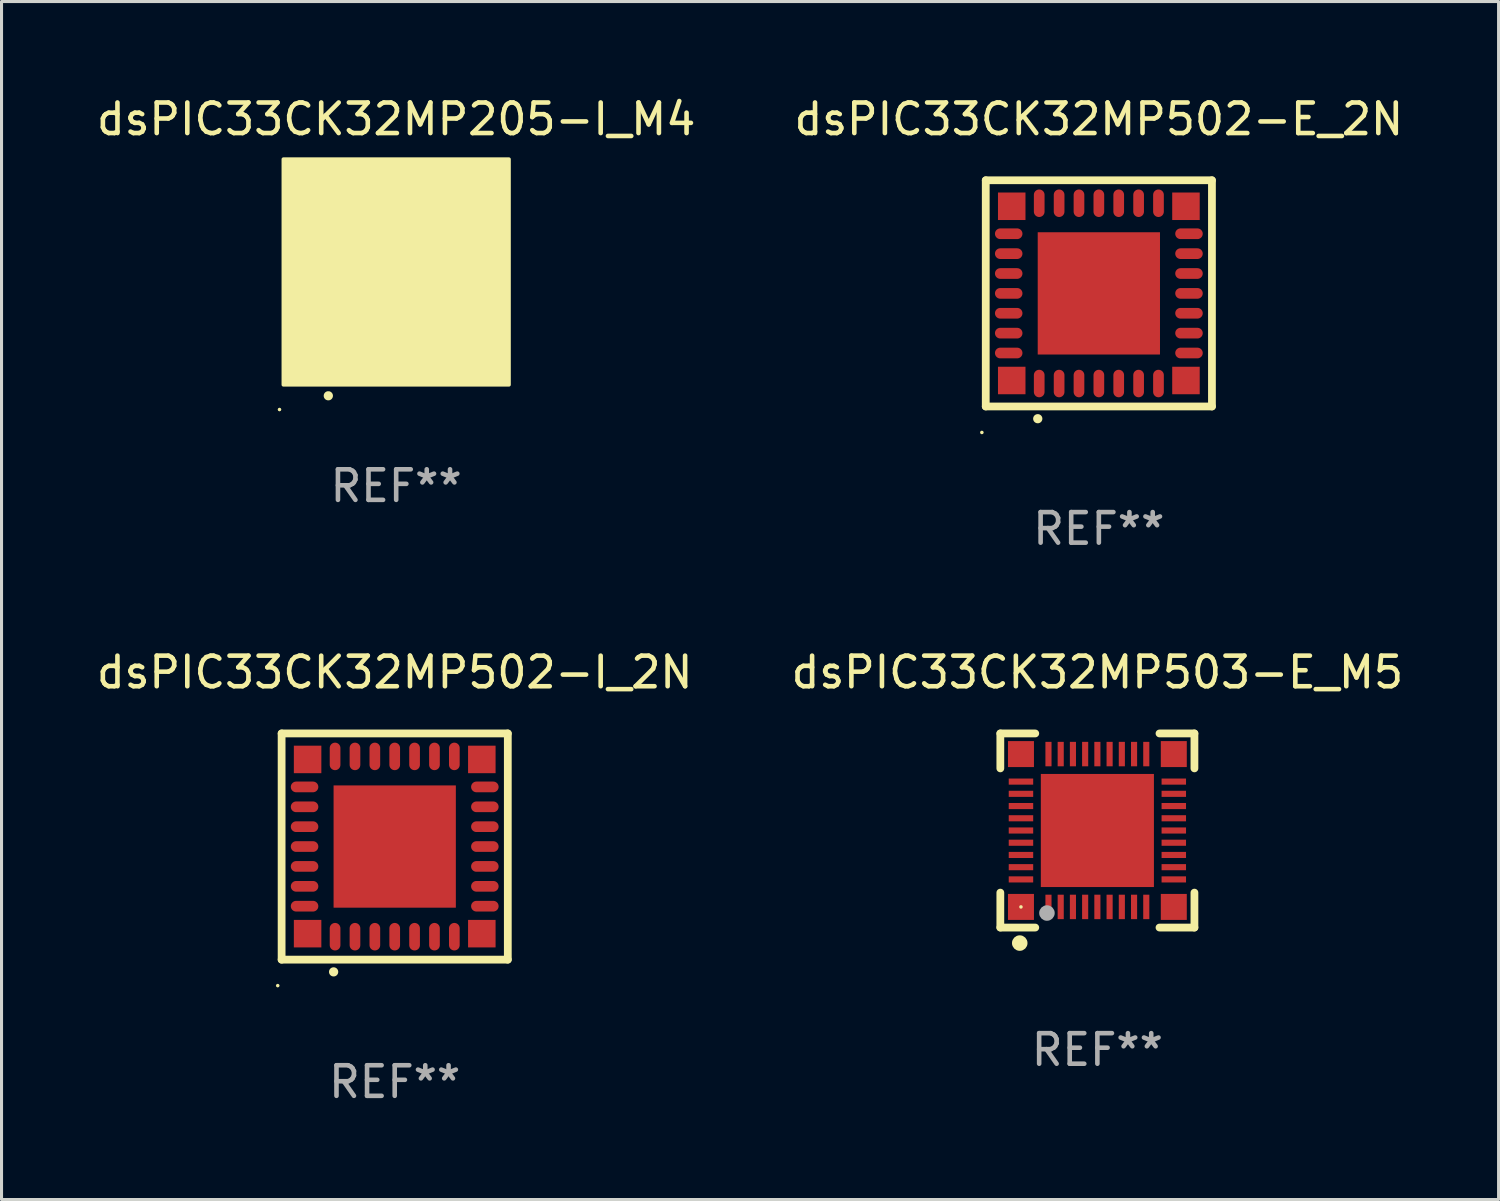
<source format=kicad_pcb>
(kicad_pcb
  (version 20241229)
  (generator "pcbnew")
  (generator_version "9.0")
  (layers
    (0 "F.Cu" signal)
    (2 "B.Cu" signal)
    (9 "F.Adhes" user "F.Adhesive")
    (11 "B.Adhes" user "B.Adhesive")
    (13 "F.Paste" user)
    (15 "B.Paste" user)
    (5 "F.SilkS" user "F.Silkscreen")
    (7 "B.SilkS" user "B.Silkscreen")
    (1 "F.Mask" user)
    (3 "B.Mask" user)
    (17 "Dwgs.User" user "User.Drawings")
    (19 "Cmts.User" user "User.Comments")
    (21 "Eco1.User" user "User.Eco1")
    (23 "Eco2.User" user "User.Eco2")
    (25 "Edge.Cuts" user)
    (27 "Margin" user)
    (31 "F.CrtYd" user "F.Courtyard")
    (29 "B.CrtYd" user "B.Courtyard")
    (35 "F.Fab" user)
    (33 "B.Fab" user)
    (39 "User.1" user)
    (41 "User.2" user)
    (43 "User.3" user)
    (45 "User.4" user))
  (footprint "dsPIC33CK32MP503-E_M5"
    (layer "F.Cu")
    (at 32.851 24.12)
    (property "Reference" "dsPIC33CK32MP503-E_M5" (at 0 -5.175 0) (layer "F.SilkS") (effects (font (size 1 1) (thickness 0.15))))
    (attr through_hole)
    (fp_line (start -3.175 -3.175) (end -2.032 -3.175) (stroke (width 0.254) (type solid)) (layer "F.SilkS"))
    (fp_line (start -3.175 -2.032) (end -3.175 -3.175) (stroke (width 0.254) (type solid)) (layer "F.SilkS"))
    (fp_line (start -3.175 3.175) (end -3.175 2.032) (stroke (width 0.254) (type solid)) (layer "F.SilkS"))
    (fp_line (start -2.032 3.175) (end -3.175 3.175) (stroke (width 0.254) (type solid)) (layer "F.SilkS"))
    (fp_line (start 2.032 -3.175) (end 3.175 -3.175) (stroke (width 0.254) (type solid)) (layer "F.SilkS"))
    (fp_line (start 3.175 -3.175) (end 3.175 -2.032) (stroke (width 0.254) (type solid)) (layer "F.SilkS"))
    (fp_line (start 3.175 2.032) (end 3.175 3.175) (stroke (width 0.254) (type solid)) (layer "F.SilkS"))
    (fp_line (start 3.175 3.175) (end 2.032 3.175) (stroke (width 0.254) (type solid)) (layer "F.SilkS"))
    (fp_circle (center -2.54 3.683) (end -2.413 3.683) (stroke (width 0.254) (type solid)) (fill no) (layer "F.SilkS"))
    (fp_circle (center -2.5 2.5) (end -2.47 2.5) (stroke (width 0.06) (type solid)) (fill no) (layer "F.SilkS"))
    (fp_circle (center -1.65 2.7) (end -1.523 2.7) (stroke (width 0.254) (type solid)) (fill no) (layer "F.Fab"))
    (fp_text user "REF**" (at 0 7.175 0) (layer "F.Fab") (effects (font (size 1 1) (thickness 0.15))))
    (pad "1" smd rect (at -1.6 2.5) (size 0.2 0.8) (layers "F.Cu" "F.Mask" "F.Paste"))
    (pad "2" smd rect (at -1.2 2.5) (size 0.2 0.8) (layers "F.Cu" "F.Mask" "F.Paste"))
    (pad "3" smd rect (at -0.8 2.5) (size 0.2 0.8) (layers "F.Cu" "F.Mask" "F.Paste"))
    (pad "4" smd rect (at -0.4 2.5) (size 0.2 0.8) (layers "F.Cu" "F.Mask" "F.Paste"))
    (pad "5" smd rect (at -0.000051 2.5) (size 0.2 0.8) (layers "F.Cu" "F.Mask" "F.Paste"))
    (pad "6" smd rect (at 0.4 2.5) (size 0.2 0.8) (layers "F.Cu" "F.Mask" "F.Paste"))
    (pad "7" smd rect (at 0.8 2.5) (size 0.2 0.8) (layers "F.Cu" "F.Mask" "F.Paste"))
    (pad "8" smd rect (at 1.2 2.5) (size 0.2 0.8) (layers "F.Cu" "F.Mask" "F.Paste"))
    (pad "9" smd rect (at 1.6 2.5) (size 0.2 0.8) (layers "F.Cu" "F.Mask" "F.Paste"))
    (pad "10" smd rect (at 2.5 1.6 90) (size 0.2 0.8) (layers "F.Cu" "F.Mask" "F.Paste"))
    (pad "11" smd rect (at 2.5 1.2 90) (size 0.2 0.8) (layers "F.Cu" "F.Mask" "F.Paste"))
    (pad "12" smd rect (at 2.5 0.8 90) (size 0.2 0.8) (layers "F.Cu" "F.Mask" "F.Paste"))
    (pad "13" smd rect (at 2.5 0.4 90) (size 0.2 0.8) (layers "F.Cu" "F.Mask" "F.Paste"))
    (pad "14" smd rect (at 2.5 -0.000051 90) (size 0.2 0.8) (layers "F.Cu" "F.Mask" "F.Paste"))
    (pad "15" smd rect (at 2.5 -0.4 90) (size 0.2 0.8) (layers "F.Cu" "F.Mask" "F.Paste"))
    (pad "16" smd rect (at 2.5 -0.8 90) (size 0.2 0.8) (layers "F.Cu" "F.Mask" "F.Paste"))
    (pad "17" smd rect (at 2.5 -1.2 90) (size 0.2 0.8) (layers "F.Cu" "F.Mask" "F.Paste"))
    (pad "18" smd rect (at 2.5 -1.6 90) (size 0.2 0.8) (layers "F.Cu" "F.Mask" "F.Paste"))
    (pad "19" smd rect (at 1.6 -2.5 180) (size 0.2 0.8) (layers "F.Cu" "F.Mask" "F.Paste"))
    (pad "20" smd rect (at 1.2 -2.5 180) (size 0.2 0.8) (layers "F.Cu" "F.Mask" "F.Paste"))
    (pad "21" smd rect (at 0.8 -2.5 180) (size 0.2 0.8) (layers "F.Cu" "F.Mask" "F.Paste"))
    (pad "22" smd rect (at 0.4 -2.5 180) (size 0.2 0.8) (layers "F.Cu" "F.Mask" "F.Paste"))
    (pad "23" smd rect (at -0.000051 -2.5 180) (size 0.2 0.8) (layers "F.Cu" "F.Mask" "F.Paste"))
    (pad "24" smd rect (at -0.4 -2.5 180) (size 0.2 0.8) (layers "F.Cu" "F.Mask" "F.Paste"))
    (pad "25" smd rect (at -0.8 -2.5 180) (size 0.2 0.8) (layers "F.Cu" "F.Mask" "F.Paste"))
    (pad "26" smd rect (at -1.2 -2.5 180) (size 0.2 0.8) (layers "F.Cu" "F.Mask" "F.Paste"))
    (pad "27" smd rect (at -1.6 -2.5 180) (size 0.2 0.8) (layers "F.Cu" "F.Mask" "F.Paste"))
    (pad "28" smd rect (at -2.5 -1.6 270) (size 0.2 0.8) (layers "F.Cu" "F.Mask" "F.Paste"))
    (pad "29" smd rect (at -2.5 -1.2 270) (size 0.2 0.8) (layers "F.Cu" "F.Mask" "F.Paste"))
    (pad "30" smd rect (at -2.5 -0.8 270) (size 0.2 0.8) (layers "F.Cu" "F.Mask" "F.Paste"))
    (pad "31" smd rect (at -2.5 -0.4 270) (size 0.2 0.8) (layers "F.Cu" "F.Mask" "F.Paste"))
    (pad "32" smd rect (at -2.5 -0.000051 270) (size 0.2 0.8) (layers "F.Cu" "F.Mask" "F.Paste"))
    (pad "33" smd rect (at -2.5 0.4 270) (size 0.2 0.8) (layers "F.Cu" "F.Mask" "F.Paste"))
    (pad "34" smd rect (at -2.5 0.8 270) (size 0.2 0.8) (layers "F.Cu" "F.Mask" "F.Paste"))
    (pad "35" smd rect (at -2.5 1.2 270) (size 0.2 0.8) (layers "F.Cu" "F.Mask" "F.Paste"))
    (pad "36" smd rect (at -2.5 1.6 270) (size 0.2 0.8) (layers "F.Cu" "F.Mask" "F.Paste"))
    (pad "37" smd rect (at -2.5 -2.5) (size 0.85 0.85) (layers "F.Cu" "F.Mask" "F.Paste"))
    (pad "37" smd rect (at -2.5 2.5) (size 0.85 0.85) (layers "F.Cu" "F.Mask" "F.Paste"))
    (pad "37" smd rect (at -0.000051 -0.000051) (size 3.7 3.7) (layers "F.Cu" "F.Mask" "F.Paste"))
    (pad "37" smd rect (at 2.5 -2.5) (size 0.85 0.85) (layers "F.Cu" "F.Mask" "F.Paste"))
    (pad "37" smd rect (at 2.5 2.5) (size 0.85 0.85) (layers "F.Cu" "F.Mask" "F.Paste")))
  (footprint "dsPIC33CK32MP502-E_2N"
    (layer "F.Cu")
    (at 32.899 6.548)
    (property "Reference" "dsPIC33CK32MP502-E_2N" (at 0 -5.7 0) (layer "F.SilkS") (effects (font (size 1 1) (thickness 0.15))))
    (attr through_hole)
    (fp_line (start -3.7 -3.7) (end 3.7 -3.7) (stroke (width 0.254) (type solid)) (layer "F.SilkS"))
    (fp_line (start -3.7 3.7) (end -3.7 -3.7) (stroke (width 0.254) (type solid)) (layer "F.SilkS"))
    (fp_line (start 3.7 -3.7) (end 3.7 3.7) (stroke (width 0.254) (type solid)) (layer "F.SilkS"))
    (fp_line (start 3.7 3.7) (end -3.7 3.7) (stroke (width 0.254) (type solid)) (layer "F.SilkS"))
    (fp_arc (start -2 4.1) (mid -1.99873 4.099995) (end -1.99746 4.1) (stroke (width 0.3) (type solid)) (layer "F.SilkS"))
    (fp_circle (center -3.827 4.55) (end -3.797 4.55) (stroke (width 0.06) (type solid)) (fill no) (layer "F.SilkS"))
    (fp_text user "REF**" (at 0 7.7 0) (layer "F.Fab") (effects (font (size 1 1) (thickness 0.15))))
    (pad "1" smd oval (at -1.951 2.949 180) (size 0.35 0.9) (layers "F.Cu" "F.Mask" "F.Paste"))
    (pad "2" smd oval (at -1.3 2.949 180) (size 0.35 0.9) (layers "F.Cu" "F.Mask" "F.Paste"))
    (pad "3" smd oval (at -0.65 2.949 180) (size 0.35 0.9) (layers "F.Cu" "F.Mask" "F.Paste"))
    (pad "4" smd oval (at 0.000051 2.949 180) (size 0.35 0.9) (layers "F.Cu" "F.Mask" "F.Paste"))
    (pad "5" smd oval (at 0.65 2.949 180) (size 0.35 0.9) (layers "F.Cu" "F.Mask" "F.Paste"))
    (pad "6" smd oval (at 1.301 2.949 180) (size 0.35 0.9) (layers "F.Cu" "F.Mask" "F.Paste"))
    (pad "7" smd oval (at 1.951 2.949 180) (size 0.35 0.9) (layers "F.Cu" "F.Mask" "F.Paste"))
    (pad "8" smd oval (at 2.949 1.951 90) (size 0.35 0.9) (layers "F.Cu" "F.Mask" "F.Paste"))
    (pad "9" smd oval (at 2.949 1.301 90) (size 0.35 0.9) (layers "F.Cu" "F.Mask" "F.Paste"))
    (pad "10" smd oval (at 2.949 0.65 90) (size 0.35 0.9) (layers "F.Cu" "F.Mask" "F.Paste"))
    (pad "11" smd oval (at 2.949 0.000051 90) (size 0.35 0.9) (layers "F.Cu" "F.Mask" "F.Paste"))
    (pad "12" smd oval (at 2.949 -0.65 90) (size 0.35 0.9) (layers "F.Cu" "F.Mask" "F.Paste"))
    (pad "13" smd oval (at 2.949 -1.3 90) (size 0.35 0.9) (layers "F.Cu" "F.Mask" "F.Paste"))
    (pad "14" smd oval (at 2.949 -1.951 90) (size 0.35 0.9) (layers "F.Cu" "F.Mask" "F.Paste"))
    (pad "15" smd oval (at 1.951 -2.949 180) (size 0.35 0.9) (layers "F.Cu" "F.Mask" "F.Paste"))
    (pad "16" smd oval (at 1.301 -2.949 180) (size 0.35 0.9) (layers "F.Cu" "F.Mask" "F.Paste"))
    (pad "17" smd oval (at 0.65 -2.949 180) (size 0.35 0.9) (layers "F.Cu" "F.Mask" "F.Paste"))
    (pad "18" smd oval (at 0.000051 -2.949 180) (size 0.35 0.9) (layers "F.Cu" "F.Mask" "F.Paste"))
    (pad "19" smd oval (at -0.65 -2.949 180) (size 0.35 0.9) (layers "F.Cu" "F.Mask" "F.Paste"))
    (pad "20" smd oval (at -1.3 -2.949 180) (size 0.35 0.9) (layers "F.Cu" "F.Mask" "F.Paste"))
    (pad "21" smd oval (at -1.951 -2.949 180) (size 0.35 0.9) (layers "F.Cu" "F.Mask" "F.Paste"))
    (pad "22" smd oval (at -2.949 -1.951 90) (size 0.35 0.9) (layers "F.Cu" "F.Mask" "F.Paste"))
    (pad "23" smd oval (at -2.949 -1.3 90) (size 0.35 0.9) (layers "F.Cu" "F.Mask" "F.Paste"))
    (pad "24" smd oval (at -2.949 -0.65 90) (size 0.35 0.9) (layers "F.Cu" "F.Mask" "F.Paste"))
    (pad "25" smd oval (at -2.949 0.000051 90) (size 0.35 0.9) (layers "F.Cu" "F.Mask" "F.Paste"))
    (pad "26" smd oval (at -2.949 0.65 90) (size 0.35 0.9) (layers "F.Cu" "F.Mask" "F.Paste"))
    (pad "27" smd oval (at -2.949 1.301 90) (size 0.35 0.9) (layers "F.Cu" "F.Mask" "F.Paste"))
    (pad "28" smd oval (at -2.949 1.951 90) (size 0.35 0.9) (layers "F.Cu" "F.Mask" "F.Paste"))
    (pad "29" smd rect (at -2.85 -2.85 90) (size 0.9 0.9) (layers "F.Cu" "F.Mask" "F.Paste"))
    (pad "29" smd rect (at -2.85 2.85 90) (size 0.9 0.9) (layers "F.Cu" "F.Mask" "F.Paste"))
    (pad "29" smd rect (at 0.000051 0.000051 90) (size 4 4) (layers "F.Cu" "F.Mask" "F.Paste"))
    (pad "29" smd rect (at 2.85 -2.85 90) (size 0.9 0.9) (layers "F.Cu" "F.Mask" "F.Paste"))
    (pad "29" smd rect (at 2.85 2.85 90) (size 0.9 0.9) (layers "F.Cu" "F.Mask" "F.Paste")))
  (footprint "dsPIC33CK32MP205-I_M4"
    (layer "F.Cu")
    (at 9.911 5.848)
    (property "Reference" "dsPIC33CK32MP205-I_M4" (at 0 -5 0) (layer "F.SilkS") (effects (font (size 1 1) (thickness 0.15))))
    (attr through_hole)
    (fp_arc (start -2.221158 4.050013) (mid -2.219888 4.050008) (end -2.218618 4.050013) (stroke (width 0.3) (type solid)) (layer "F.SilkS"))
    (fp_circle (center -3.817 4.5) (end -3.787 4.5) (stroke (width 0.06) (type solid)) (fill no) (layer "F.SilkS"))
    (fp_poly (pts (xy -3.69 -3.69) (xy 3.69 -3.69) (xy 3.69 3.69) (xy -3.69 3.69)) (stroke (width 0.12) (type solid)) (fill yes) (layer "F.SilkS"))
    (fp_text user "REF**" (at 0 7 0) (layer "F.Fab") (effects (font (size 1 1) (thickness 0.15))))
    (pad "1" smd oval (at -2.201 3) (size 0.2 0.95) (layers "F.Cu" "F.Mask" "F.Paste"))
    (pad "2" smd oval (at -1.8 3) (size 0.2 0.95) (layers "F.Cu" "F.Mask" "F.Paste"))
    (pad "3" smd oval (at -1.401 3) (size 0.2 0.95) (layers "F.Cu" "F.Mask" "F.Paste"))
    (pad "4" smd oval (at -0.999 3) (size 0.2 0.95) (layers "F.Cu" "F.Mask" "F.Paste"))
    (pad "5" smd oval (at -0.601 3) (size 0.2 0.95) (layers "F.Cu" "F.Mask" "F.Paste"))
    (pad "6" smd oval (at -0.199 3) (size 0.2 0.95) (layers "F.Cu" "F.Mask" "F.Paste"))
    (pad "7" smd oval (at 0.199 3) (size 0.2 0.95) (layers "F.Cu" "F.Mask" "F.Paste"))
    (pad "8" smd oval (at 0.601 3) (size 0.2 0.95) (layers "F.Cu" "F.Mask" "F.Paste"))
    (pad "9" smd oval (at 0.999 3) (size 0.2 0.95) (layers "F.Cu" "F.Mask" "F.Paste"))
    (pad "10" smd oval (at 1.401 3) (size 0.2 0.95) (layers "F.Cu" "F.Mask" "F.Paste"))
    (pad "11" smd oval (at 1.8 3) (size 0.2 0.95) (layers "F.Cu" "F.Mask" "F.Paste"))
    (pad "12" smd oval (at 2.201 3) (size 0.2 0.95) (layers "F.Cu" "F.Mask" "F.Paste"))
    (pad "13" smd oval (at 3 2.198 90) (size 0.2 0.95) (layers "F.Cu" "F.Mask" "F.Paste"))
    (pad "14" smd oval (at 3 1.8 90) (size 0.2 0.95) (layers "F.Cu" "F.Mask" "F.Paste"))
    (pad "15" smd oval (at 3 1.401 90) (size 0.2 0.95) (layers "F.Cu" "F.Mask" "F.Paste"))
    (pad "16" smd oval (at 3 0.999 90) (size 0.2 0.95) (layers "F.Cu" "F.Mask" "F.Paste"))
    (pad "17" smd oval (at 3 0.601 90) (size 0.2 0.95) (layers "F.Cu" "F.Mask" "F.Paste"))
    (pad "18" smd oval (at 3 0.199 90) (size 0.2 0.95) (layers "F.Cu" "F.Mask" "F.Paste"))
    (pad "19" smd oval (at 3 -0.199 90) (size 0.2 0.95) (layers "F.Cu" "F.Mask" "F.Paste"))
    (pad "20" smd oval (at 3 -0.601 90) (size 0.2 0.95) (layers "F.Cu" "F.Mask" "F.Paste"))
    (pad "21" smd oval (at 3 -0.999 90) (size 0.2 0.95) (layers "F.Cu" "F.Mask" "F.Paste"))
    (pad "22" smd oval (at 3 -1.401 90) (size 0.2 0.95) (layers "F.Cu" "F.Mask" "F.Paste"))
    (pad "23" smd oval (at 3 -1.8 90) (size 0.2 0.95) (layers "F.Cu" "F.Mask" "F.Paste"))
    (pad "24" smd oval (at 3 -2.201 90) (size 0.2 0.95) (layers "F.Cu" "F.Mask" "F.Paste"))
    (pad "25" smd oval (at 2.201 -3 180) (size 0.2 0.95) (layers "F.Cu" "F.Mask" "F.Paste"))
    (pad "26" smd oval (at 1.8 -3 180) (size 0.2 0.95) (layers "F.Cu" "F.Mask" "F.Paste"))
    (pad "27" smd oval (at 1.401 -3 180) (size 0.2 0.95) (layers "F.Cu" "F.Mask" "F.Paste"))
    (pad "28" smd oval (at 0.999 -3 180) (size 0.2 0.95) (layers "F.Cu" "F.Mask" "F.Paste"))
    (pad "29" smd oval (at 0.601 -3 180) (size 0.2 0.95) (layers "F.Cu" "F.Mask" "F.Paste"))
    (pad "30" smd oval (at 0.199 -3 180) (size 0.2 0.95) (layers "F.Cu" "F.Mask" "F.Paste"))
    (pad "31" smd oval (at -0.199 -3 180) (size 0.2 0.95) (layers "F.Cu" "F.Mask" "F.Paste"))
    (pad "32" smd oval (at -0.601 -3 180) (size 0.2 0.95) (layers "F.Cu" "F.Mask" "F.Paste"))
    (pad "33" smd oval (at -0.999 -3 180) (size 0.2 0.95) (layers "F.Cu" "F.Mask" "F.Paste"))
    (pad "34" smd oval (at -1.401 -3 180) (size 0.2 0.95) (layers "F.Cu" "F.Mask" "F.Paste"))
    (pad "35" smd oval (at -1.8 -3 180) (size 0.2 0.95) (layers "F.Cu" "F.Mask" "F.Paste"))
    (pad "36" smd oval (at -2.201 -3 180) (size 0.2 0.95) (layers "F.Cu" "F.Mask" "F.Paste"))
    (pad "37" smd oval (at -3 -2.201 270) (size 0.2 0.95) (layers "F.Cu" "F.Mask" "F.Paste"))
    (pad "38" smd oval (at -3 -1.8 270) (size 0.2 0.95) (layers "F.Cu" "F.Mask" "F.Paste"))
    (pad "39" smd oval (at -3 -1.401 270) (size 0.2 0.95) (layers "F.Cu" "F.Mask" "F.Paste"))
    (pad "40" smd oval (at -3 -0.999 270) (size 0.2 0.95) (layers "F.Cu" "F.Mask" "F.Paste"))
    (pad "41" smd oval (at -3 -0.601 270) (size 0.2 0.95) (layers "F.Cu" "F.Mask" "F.Paste"))
    (pad "42" smd oval (at -3 -0.199 270) (size 0.2 0.95) (layers "F.Cu" "F.Mask" "F.Paste"))
    (pad "43" smd oval (at -3 0.199 270) (size 0.2 0.95) (layers "F.Cu" "F.Mask" "F.Paste"))
    (pad "44" smd oval (at -3 0.601 270) (size 0.2 0.95) (layers "F.Cu" "F.Mask" "F.Paste"))
    (pad "45" smd oval (at -3 0.999 270) (size 0.2 0.95) (layers "F.Cu" "F.Mask" "F.Paste"))
    (pad "46" smd oval (at -3 1.401 270) (size 0.2 0.95) (layers "F.Cu" "F.Mask" "F.Paste"))
    (pad "47" smd oval (at -3 1.8 270) (size 0.2 0.95) (layers "F.Cu" "F.Mask" "F.Paste"))
    (pad "48" smd oval (at -3 2.198 270) (size 0.2 0.95) (layers "F.Cu" "F.Mask" "F.Paste"))
    (pad "49" smd rect (at -3 -3 90) (size 0.9 0.9) (layers "F.Cu" "F.Mask" "F.Paste"))
    (pad "49" smd rect (at -3 3 90) (size 0.9 0.9) (layers "F.Cu" "F.Mask" "F.Paste"))
    (pad "49" smd rect (at -0.001 -0.001 90) (size 4.6 4.6) (layers "F.Cu" "F.Mask" "F.Paste"))
    (pad "49" smd rect (at 3 -3 90) (size 0.9 0.9) (layers "F.Cu" "F.Mask" "F.Paste"))
    (pad "49" smd rect (at 3 3 90) (size 0.9 0.9) (layers "F.Cu" "F.Mask" "F.Paste")))
  (footprint "dsPIC33CK32MP502-I_2N"
    (layer "F.Cu")
    (at 9.863 24.645)
    (property "Reference" "dsPIC33CK32MP502-I_2N" (at 0 -5.7 0) (layer "F.SilkS") (effects (font (size 1 1) (thickness 0.15))))
    (attr through_hole)
    (fp_line (start -3.7 -3.7) (end 3.7 -3.7) (stroke (width 0.254) (type solid)) (layer "F.SilkS"))
    (fp_line (start -3.7 3.7) (end -3.7 -3.7) (stroke (width 0.254) (type solid)) (layer "F.SilkS"))
    (fp_line (start 3.7 -3.7) (end 3.7 3.7) (stroke (width 0.254) (type solid)) (layer "F.SilkS"))
    (fp_line (start 3.7 3.7) (end -3.7 3.7) (stroke (width 0.254) (type solid)) (layer "F.SilkS"))
    (fp_arc (start -2 4.1) (mid -1.99873 4.099995) (end -1.99746 4.1) (stroke (width 0.3) (type solid)) (layer "F.SilkS"))
    (fp_circle (center -3.827 4.55) (end -3.797 4.55) (stroke (width 0.06) (type solid)) (fill no) (layer "F.SilkS"))
    (fp_text user "REF**" (at 0 7.7 0) (layer "F.Fab") (effects (font (size 1 1) (thickness 0.15))))
    (pad "1" smd oval (at -1.951 2.949 180) (size 0.35 0.9) (layers "F.Cu" "F.Mask" "F.Paste"))
    (pad "2" smd oval (at -1.3 2.949 180) (size 0.35 0.9) (layers "F.Cu" "F.Mask" "F.Paste"))
    (pad "3" smd oval (at -0.65 2.949 180) (size 0.35 0.9) (layers "F.Cu" "F.Mask" "F.Paste"))
    (pad "4" smd oval (at 0.000051 2.949 180) (size 0.35 0.9) (layers "F.Cu" "F.Mask" "F.Paste"))
    (pad "5" smd oval (at 0.65 2.949 180) (size 0.35 0.9) (layers "F.Cu" "F.Mask" "F.Paste"))
    (pad "6" smd oval (at 1.301 2.949 180) (size 0.35 0.9) (layers "F.Cu" "F.Mask" "F.Paste"))
    (pad "7" smd oval (at 1.951 2.949 180) (size 0.35 0.9) (layers "F.Cu" "F.Mask" "F.Paste"))
    (pad "8" smd oval (at 2.949 1.951 90) (size 0.35 0.9) (layers "F.Cu" "F.Mask" "F.Paste"))
    (pad "9" smd oval (at 2.949 1.301 90) (size 0.35 0.9) (layers "F.Cu" "F.Mask" "F.Paste"))
    (pad "10" smd oval (at 2.949 0.65 90) (size 0.35 0.9) (layers "F.Cu" "F.Mask" "F.Paste"))
    (pad "11" smd oval (at 2.949 0.000051 90) (size 0.35 0.9) (layers "F.Cu" "F.Mask" "F.Paste"))
    (pad "12" smd oval (at 2.949 -0.65 90) (size 0.35 0.9) (layers "F.Cu" "F.Mask" "F.Paste"))
    (pad "13" smd oval (at 2.949 -1.3 90) (size 0.35 0.9) (layers "F.Cu" "F.Mask" "F.Paste"))
    (pad "14" smd oval (at 2.949 -1.951 90) (size 0.35 0.9) (layers "F.Cu" "F.Mask" "F.Paste"))
    (pad "15" smd oval (at 1.951 -2.949 180) (size 0.35 0.9) (layers "F.Cu" "F.Mask" "F.Paste"))
    (pad "16" smd oval (at 1.301 -2.949 180) (size 0.35 0.9) (layers "F.Cu" "F.Mask" "F.Paste"))
    (pad "17" smd oval (at 0.65 -2.949 180) (size 0.35 0.9) (layers "F.Cu" "F.Mask" "F.Paste"))
    (pad "18" smd oval (at 0.000051 -2.949 180) (size 0.35 0.9) (layers "F.Cu" "F.Mask" "F.Paste"))
    (pad "19" smd oval (at -0.65 -2.949 180) (size 0.35 0.9) (layers "F.Cu" "F.Mask" "F.Paste"))
    (pad "20" smd oval (at -1.3 -2.949 180) (size 0.35 0.9) (layers "F.Cu" "F.Mask" "F.Paste"))
    (pad "21" smd oval (at -1.951 -2.949 180) (size 0.35 0.9) (layers "F.Cu" "F.Mask" "F.Paste"))
    (pad "22" smd oval (at -2.949 -1.951 90) (size 0.35 0.9) (layers "F.Cu" "F.Mask" "F.Paste"))
    (pad "23" smd oval (at -2.949 -1.3 90) (size 0.35 0.9) (layers "F.Cu" "F.Mask" "F.Paste"))
    (pad "24" smd oval (at -2.949 -0.65 90) (size 0.35 0.9) (layers "F.Cu" "F.Mask" "F.Paste"))
    (pad "25" smd oval (at -2.949 0.000051 90) (size 0.35 0.9) (layers "F.Cu" "F.Mask" "F.Paste"))
    (pad "26" smd oval (at -2.949 0.65 90) (size 0.35 0.9) (layers "F.Cu" "F.Mask" "F.Paste"))
    (pad "27" smd oval (at -2.949 1.301 90) (size 0.35 0.9) (layers "F.Cu" "F.Mask" "F.Paste"))
    (pad "28" smd oval (at -2.949 1.951 90) (size 0.35 0.9) (layers "F.Cu" "F.Mask" "F.Paste"))
    (pad "29" smd rect (at -2.85 -2.85 90) (size 0.9 0.9) (layers "F.Cu" "F.Mask" "F.Paste"))
    (pad "29" smd rect (at -2.85 2.85 90) (size 0.9 0.9) (layers "F.Cu" "F.Mask" "F.Paste"))
    (pad "29" smd rect (at 0.000051 0.000051 90) (size 4 4) (layers "F.Cu" "F.Mask" "F.Paste"))
    (pad "29" smd rect (at 2.85 -2.85 90) (size 0.9 0.9) (layers "F.Cu" "F.Mask" "F.Paste"))
    (pad "29" smd rect (at 2.85 2.85 90) (size 0.9 0.9) (layers "F.Cu" "F.Mask" "F.Paste")))
  (gr_rect
    (start -3 -3)
    (end 45.976 36.193)
    (stroke (width 0.1) (type default))
    (fill no)
    (layer "Edge.Cuts")))
</source>
